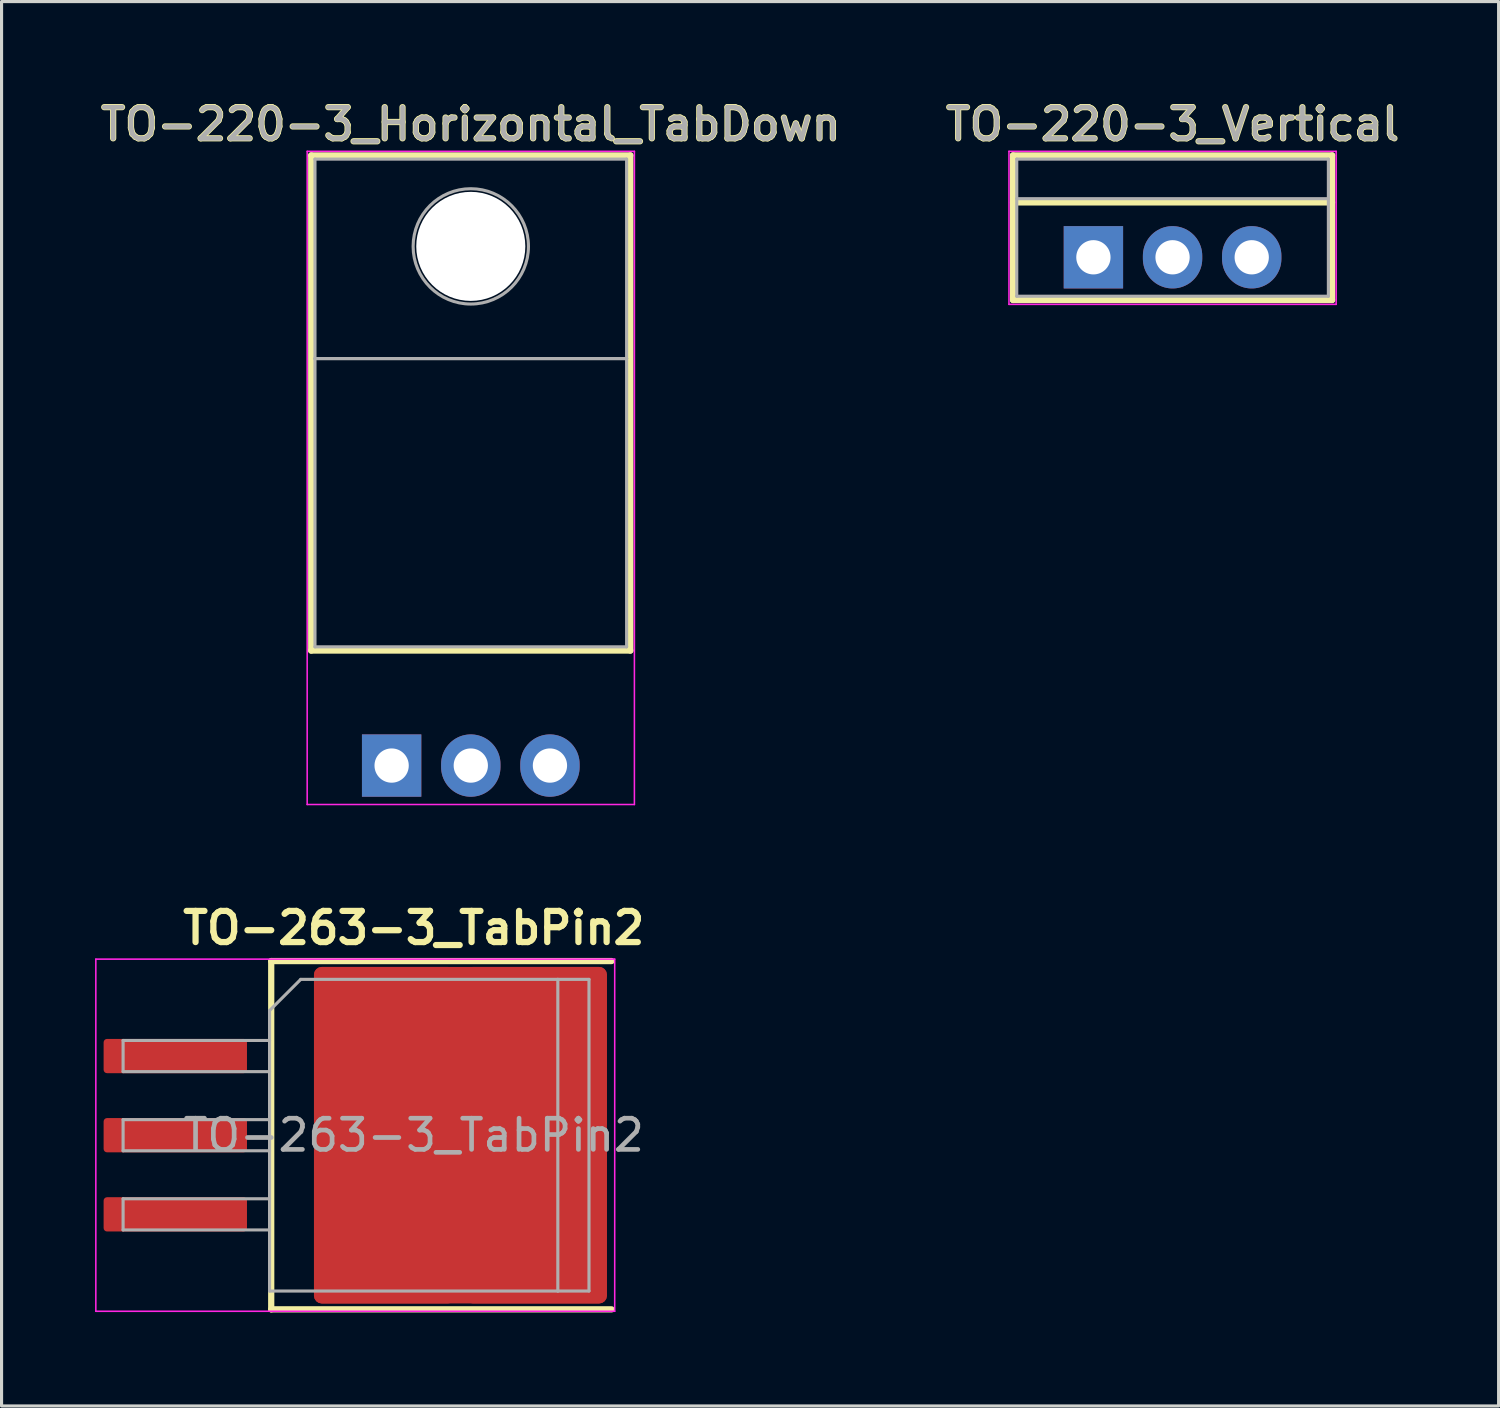
<source format=kicad_pcb>
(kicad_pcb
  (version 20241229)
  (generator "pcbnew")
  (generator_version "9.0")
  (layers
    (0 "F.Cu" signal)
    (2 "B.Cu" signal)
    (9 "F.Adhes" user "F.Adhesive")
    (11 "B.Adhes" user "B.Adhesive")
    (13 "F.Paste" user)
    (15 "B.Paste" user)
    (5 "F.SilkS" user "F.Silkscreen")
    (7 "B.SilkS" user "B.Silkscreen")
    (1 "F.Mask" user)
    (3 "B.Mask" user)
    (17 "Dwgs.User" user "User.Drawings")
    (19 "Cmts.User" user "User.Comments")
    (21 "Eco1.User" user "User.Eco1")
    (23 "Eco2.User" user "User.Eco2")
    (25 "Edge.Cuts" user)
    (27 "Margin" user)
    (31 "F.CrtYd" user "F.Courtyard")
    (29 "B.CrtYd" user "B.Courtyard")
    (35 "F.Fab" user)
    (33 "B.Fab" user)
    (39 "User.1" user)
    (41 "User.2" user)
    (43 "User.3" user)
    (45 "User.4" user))
  (footprint "TO-220-3_Vertical"
    (layer "F.Cu")
    (at 32.036 5.206)
    (property "Reference" "TO-220-3_Vertical" (at 2.54 -4.27 0) (layer "F.SilkS") (effects (font (size 1 1) (thickness 0.2))))
    (attr through_hole)
    (fp_line (start -2.58 -3.27) (end -2.58 1.371) (stroke (width 0.2) (type solid)) (layer "F.SilkS"))
    (fp_line (start -2.58 -3.27) (end 7.66 -3.27) (stroke (width 0.2) (type solid)) (layer "F.SilkS"))
    (fp_line (start -2.58 -1.76) (end 7.66 -1.76) (stroke (width 0.2) (type solid)) (layer "F.SilkS"))
    (fp_line (start -2.58 1.371) (end 7.66 1.371) (stroke (width 0.2) (type solid)) (layer "F.SilkS"))
    (fp_line (start 7.66 -3.27) (end 7.66 1.371) (stroke (width 0.2) (type solid)) (layer "F.SilkS"))
    (fp_line (start -2.71 -3.4) (end -2.71 1.51) (stroke (width 0.05) (type solid)) (layer "F.CrtYd"))
    (fp_line (start -2.71 1.51) (end 7.79 1.51) (stroke (width 0.05) (type solid)) (layer "F.CrtYd"))
    (fp_line (start 7.79 -3.4) (end -2.71 -3.4) (stroke (width 0.05) (type solid)) (layer "F.CrtYd"))
    (fp_line (start 7.79 1.51) (end 7.79 -3.4) (stroke (width 0.05) (type solid)) (layer "F.CrtYd"))
    (fp_line (start -2.46 -3.15) (end -2.46 1.25) (stroke (width 0.1) (type solid)) (layer "F.Fab"))
    (fp_line (start -2.46 -1.88) (end 7.54 -1.88) (stroke (width 0.1) (type solid)) (layer "F.Fab"))
    (fp_line (start -2.46 1.25) (end 7.54 1.25) (stroke (width 0.1) (type solid)) (layer "F.Fab"))
    (fp_line (start 7.54 -3.15) (end -2.46 -3.15) (stroke (width 0.1) (type solid)) (layer "F.Fab"))
    (fp_line (start 7.54 1.25) (end 7.54 -3.15) (stroke (width 0.1) (type solid)) (layer "F.Fab"))
    (fp_text user "${REFERENCE}" (at 2.54 -4.27 0) (layer "F.Fab") (effects (font (size 1 1) (thickness 0.15))))
    (pad "1" thru_hole rect (at 0 0) (size 1.905 2) (drill 1.1) (layers "*.Cu" "*.Mask"))
    (pad "2" thru_hole oval (at 2.54 0) (size 1.905 2) (drill 1.1) (layers "*.Cu" "*.Mask"))
    (pad "3" thru_hole oval (at 5.08 0) (size 1.905 2) (drill 1.1) (layers "*.Cu" "*.Mask")))
  (footprint "TO-263-3_TabPin2"
    (layer "F.Cu")
    (at 10.225 33.377)
    (property "Reference" "TO-263-3_TabPin2" (at 0 -6.65 0) (layer "F.SilkS") (effects (font (size 1 1) (thickness 0.2) (bold yes))))
    (attr smd)
    (fp_line (start -4.572 -5.588) (end -4.572 5.588) (stroke (width 0.2) (type solid)) (layer "F.SilkS"))
    (fp_line (start -4.572 5.588) (end 6.35 5.588) (stroke (width 0.2) (type solid)) (layer "F.SilkS"))
    (fp_line (start 6.35 -5.588) (end -4.572 -5.588) (stroke (width 0.2) (type solid)) (layer "F.SilkS"))
    (fp_line (start -10.2 -5.65) (end -10.2 5.65) (stroke (width 0.05) (type solid)) (layer "F.CrtYd"))
    (fp_line (start -10.2 5.65) (end 6.45 5.65) (stroke (width 0.05) (type solid)) (layer "F.CrtYd"))
    (fp_line (start 6.45 -5.65) (end -10.2 -5.65) (stroke (width 0.05) (type solid)) (layer "F.CrtYd"))
    (fp_line (start 6.45 5.65) (end 6.45 -5.65) (stroke (width 0.05) (type solid)) (layer "F.CrtYd"))
    (fp_line (start -9.325 -3.04) (end -9.325 -2.04) (stroke (width 0.1) (type solid)) (layer "F.Fab"))
    (fp_line (start -9.325 -2.04) (end -4.625 -2.04) (stroke (width 0.1) (type solid)) (layer "F.Fab"))
    (fp_line (start -9.325 -0.5) (end -9.325 0.5) (stroke (width 0.1) (type solid)) (layer "F.Fab"))
    (fp_line (start -9.325 0.5) (end -4.625 0.5) (stroke (width 0.1) (type solid)) (layer "F.Fab"))
    (fp_line (start -9.325 2.04) (end -9.325 3.04) (stroke (width 0.1) (type solid)) (layer "F.Fab"))
    (fp_line (start -9.325 3.04) (end -4.625 3.04) (stroke (width 0.1) (type solid)) (layer "F.Fab"))
    (fp_line (start -4.625 -4) (end -3.625 -5) (stroke (width 0.1) (type solid)) (layer "F.Fab"))
    (fp_line (start -4.625 -3.04) (end -9.325 -3.04) (stroke (width 0.1) (type solid)) (layer "F.Fab"))
    (fp_line (start -4.625 -0.5) (end -9.325 -0.5) (stroke (width 0.1) (type solid)) (layer "F.Fab"))
    (fp_line (start -4.625 2.04) (end -9.325 2.04) (stroke (width 0.1) (type solid)) (layer "F.Fab"))
    (fp_line (start -4.625 5) (end -4.625 -4) (stroke (width 0.1) (type solid)) (layer "F.Fab"))
    (fp_line (start -3.625 -5) (end 4.625 -5) (stroke (width 0.1) (type solid)) (layer "F.Fab"))
    (fp_line (start 4.625 -5) (end 4.625 5) (stroke (width 0.1) (type solid)) (layer "F.Fab"))
    (fp_line (start 4.625 -5) (end 5.625 -5) (stroke (width 0.1) (type solid)) (layer "F.Fab"))
    (fp_line (start 4.625 5) (end -4.625 5) (stroke (width 0.1) (type solid)) (layer "F.Fab"))
    (fp_line (start 5.625 -5) (end 5.625 5) (stroke (width 0.1) (type solid)) (layer "F.Fab"))
    (fp_line (start 5.625 5) (end 4.625 5) (stroke (width 0.1) (type solid)) (layer "F.Fab"))
    (fp_text user "${REFERENCE}" (at 0 0 0) (layer "F.Fab") (effects (font (size 1 1) (thickness 0.15))))
    (pad "1" smd roundrect (at -7.65 -2.54) (size 4.6 1.1) (layers "F.Cu" "F.Mask" "F.Paste") (roundrect_rratio 0.1))
    (pad "2" smd roundrect (at -7.65 0) (size 4.6 1.1) (layers "F.Cu" "F.Mask" "F.Paste") (roundrect_rratio 0.1))
    (pad "2" smd roundrect (at -0.925 -2.775) (size 4.55 5.25) (layers "F.Cu" "F.Paste") (roundrect_rratio 0.055))
    (pad "2" smd roundrect (at -0.925 2.775) (size 4.55 5.25) (layers "F.Cu" "F.Paste") (roundrect_rratio 0.055))
    (pad "2" smd roundrect (at 1.5 0) (size 9.4 10.8) (layers "F.Cu" "F.Mask") (roundrect_rratio 0.027))
    (pad "2" smd roundrect (at 3.925 -2.775) (size 4.55 5.25) (layers "F.Cu" "F.Paste") (roundrect_rratio 0.055))
    (pad "2" smd roundrect (at 3.925 2.775) (size 4.55 5.25) (layers "F.Cu" "F.Paste") (roundrect_rratio 0.055))
    (pad "3" smd roundrect (at -7.65 2.54) (size 4.6 1.1) (layers "F.Cu" "F.Mask" "F.Paste") (roundrect_rratio 0.1)))
  (footprint "TO-220-3_Horizontal_TabDown"
    (layer "F.Cu")
    (at 9.517 21.516)
    (property "Reference" "TO-220-3_Horizontal_TabDown" (at 2.54 -20.58 0) (layer "F.SilkS") (effects (font (size 1 1) (thickness 0.2))))
    (attr through_hole)
    (fp_line (start -2.58 -19.58) (end -2.58 -3.69) (stroke (width 0.2) (type solid)) (layer "F.SilkS"))
    (fp_line (start -2.58 -19.58) (end 7.66 -19.58) (stroke (width 0.2) (type solid)) (layer "F.SilkS"))
    (fp_line (start -2.58 -3.69) (end 7.66 -3.69) (stroke (width 0.2) (type solid)) (layer "F.SilkS"))
    (fp_line (start 7.66 -19.58) (end 7.66 -3.69) (stroke (width 0.2) (type solid)) (layer "F.SilkS"))
    (fp_line (start -2.71 -19.71) (end -2.71 1.25) (stroke (width 0.05) (type solid)) (layer "F.CrtYd"))
    (fp_line (start -2.71 1.25) (end 7.79 1.25) (stroke (width 0.05) (type solid)) (layer "F.CrtYd"))
    (fp_line (start 7.79 -19.71) (end -2.71 -19.71) (stroke (width 0.05) (type solid)) (layer "F.CrtYd"))
    (fp_line (start 7.79 1.25) (end 7.79 -19.71) (stroke (width 0.05) (type solid)) (layer "F.CrtYd"))
    (fp_line (start -2.46 -19.46) (end 7.54 -19.46) (stroke (width 0.1) (type solid)) (layer "F.Fab"))
    (fp_line (start -2.46 -13.06) (end -2.46 -19.46) (stroke (width 0.1) (type solid)) (layer "F.Fab"))
    (fp_line (start -2.46 -13.06) (end 7.54 -13.06) (stroke (width 0.1) (type solid)) (layer "F.Fab"))
    (fp_line (start -2.46 -3.81) (end -2.46 -13.06) (stroke (width 0.1) (type solid)) (layer "F.Fab"))
    (fp_line (start 7.54 -19.46) (end 7.54 -13.06) (stroke (width 0.1) (type solid)) (layer "F.Fab"))
    (fp_line (start 7.54 -13.06) (end -2.46 -13.06) (stroke (width 0.1) (type solid)) (layer "F.Fab"))
    (fp_line (start 7.54 -13.06) (end 7.54 -3.81) (stroke (width 0.1) (type solid)) (layer "F.Fab"))
    (fp_line (start 7.54 -3.81) (end -2.46 -3.81) (stroke (width 0.1) (type solid)) (layer "F.Fab"))
    (fp_circle (center 2.54 -16.66) (end 4.39 -16.66) (stroke (width 0.1) (type solid)) (fill no) (layer "F.Fab"))
    (fp_text user "${REFERENCE}" (at 2.54 -20.58 0) (layer "F.Fab") (effects (font (size 1 1) (thickness 0.15))))
    (pad "" np_thru_hole oval (at 2.54 -16.66) (size 3.5 3.5) (drill 3.5) (layers "*.Cu" "*.Mask"))
    (pad "1" thru_hole rect (at 0 0) (size 1.905 2) (drill 1.1) (layers "*.Cu" "*.Mask"))
    (pad "2" thru_hole oval (at 2.54 0) (size 1.905 2) (drill 1.1) (layers "*.Cu" "*.Mask"))
    (pad "3" thru_hole oval (at 5.08 0) (size 1.905 2) (drill 1.1) (layers "*.Cu" "*.Mask")))
  (gr_rect
    (start -3 -3)
    (end 45.038 42.065)
    (stroke (width 0.1) (type default))
    (fill no)
    (layer "Edge.Cuts")))
</source>
